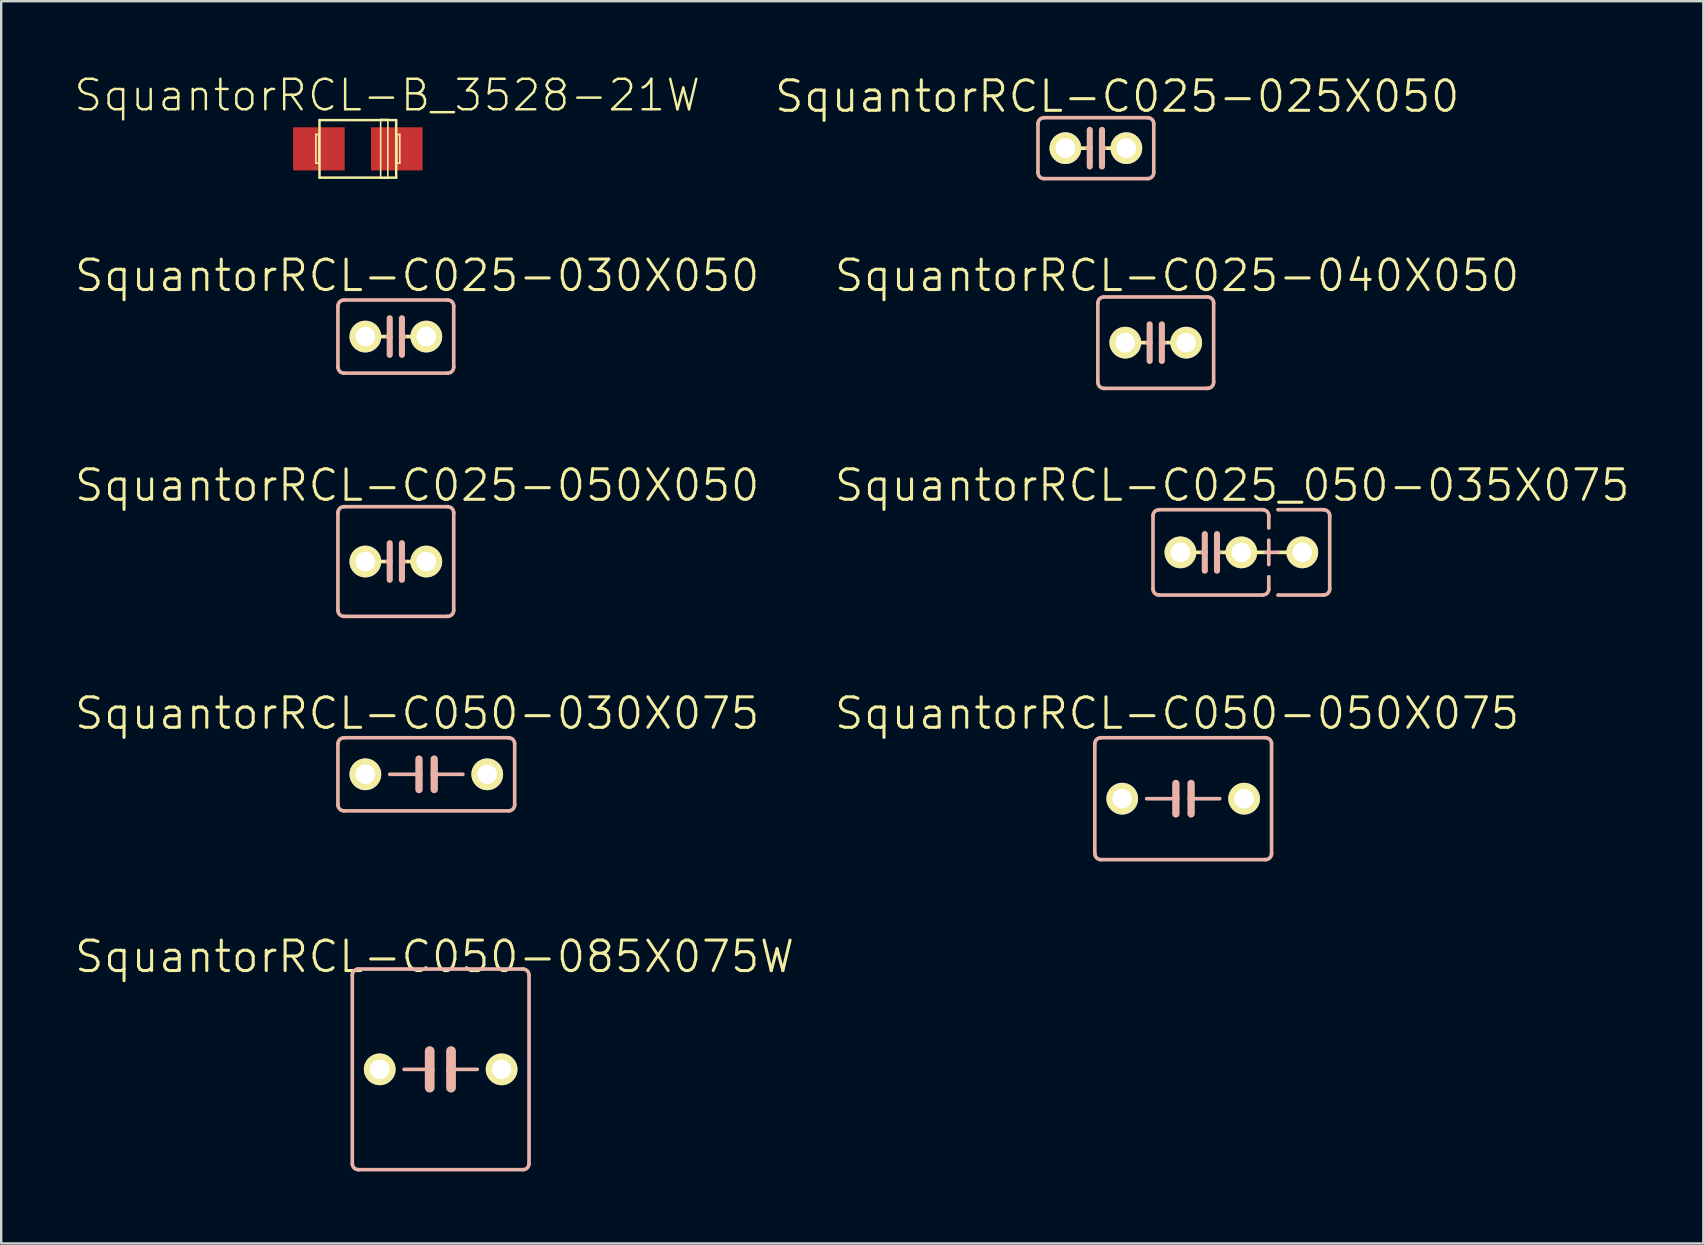
<source format=kicad_pcb>
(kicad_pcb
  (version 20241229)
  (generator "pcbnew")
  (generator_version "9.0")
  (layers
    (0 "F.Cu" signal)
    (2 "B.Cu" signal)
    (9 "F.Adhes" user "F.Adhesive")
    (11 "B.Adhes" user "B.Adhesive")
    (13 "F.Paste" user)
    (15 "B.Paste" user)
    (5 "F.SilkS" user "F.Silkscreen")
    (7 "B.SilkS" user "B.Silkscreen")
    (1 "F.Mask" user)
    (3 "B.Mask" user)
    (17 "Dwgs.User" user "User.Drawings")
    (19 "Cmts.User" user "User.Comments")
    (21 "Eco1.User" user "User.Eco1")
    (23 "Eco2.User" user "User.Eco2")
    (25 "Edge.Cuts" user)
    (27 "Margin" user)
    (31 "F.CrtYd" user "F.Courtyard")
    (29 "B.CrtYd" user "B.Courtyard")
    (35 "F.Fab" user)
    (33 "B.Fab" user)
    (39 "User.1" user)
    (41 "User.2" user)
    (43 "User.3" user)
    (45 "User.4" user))
  (footprint "SquantorRCL-C050-050X075"
    (layer "F.Cu")
    (at 46.262 30.237)
    (property "Reference" "SquantorRCL-C050-050X075" (at -0.254 -3.556 0) (layer "F.SilkS") (effects (font (size 1.27 1.27) (thickness 0.127))))
    (attr exclude_from_pos_files exclude_from_bom)
    (fp_line (start -3.683 -2.286) (end -3.683 2.286) (stroke (width 0.152) (type solid)) (layer "B.SilkS"))
    (fp_line (start -3.429 2.54) (end 3.429 2.54) (stroke (width 0.152) (type solid)) (layer "B.SilkS"))
    (fp_line (start -0.305 -0.635) (end -0.305 0) (stroke (width 0.305) (type solid)) (layer "B.SilkS"))
    (fp_line (start -0.305 0) (end -1.524 0) (stroke (width 0.152) (type solid)) (layer "B.SilkS"))
    (fp_line (start -0.305 0) (end -0.305 0.635) (stroke (width 0.305) (type solid)) (layer "B.SilkS"))
    (fp_line (start 0.33 -0.635) (end 0.33 0) (stroke (width 0.305) (type solid)) (layer "B.SilkS"))
    (fp_line (start 0.33 0) (end 0.33 0.635) (stroke (width 0.305) (type solid)) (layer "B.SilkS"))
    (fp_line (start 0.33 0) (end 1.524 0) (stroke (width 0.152) (type solid)) (layer "B.SilkS"))
    (fp_line (start 3.429 -2.54) (end -3.429 -2.54) (stroke (width 0.152) (type solid)) (layer "B.SilkS"))
    (fp_line (start 3.683 2.286) (end 3.683 -2.286) (stroke (width 0.152) (type solid)) (layer "B.SilkS"))
    (fp_arc (start -3.683 -2.286) (mid -3.608605 -2.465605) (end -3.429 -2.54) (stroke (width 0.1524) (type solid)) (layer "B.SilkS"))
    (fp_arc (start -3.429 2.54) (mid -3.608605 2.465605) (end -3.683 2.286) (stroke (width 0.1524) (type solid)) (layer "B.SilkS"))
    (fp_arc (start 3.429 -2.54) (mid 3.608605 -2.465605) (end 3.683 -2.286) (stroke (width 0.1524) (type solid)) (layer "B.SilkS"))
    (fp_arc (start 3.683 2.286) (mid 3.608605 2.465605) (end 3.429 2.54) (stroke (width 0.1524) (type solid)) (layer "B.SilkS"))
    (pad "1" thru_hole circle (at -2.54 0) (size 1.321 1.321) (drill 0.813) (layers "*.Cu" "F.Mask" "F.SilkS" "F.Paste"))
    (pad "2" thru_hole circle (at 2.54 0) (size 1.321 1.321) (drill 0.813) (layers "*.Cu" "F.Mask" "F.SilkS" "F.Paste")))
  (footprint "SquantorRCL-C025_050-035X075"
    (layer "F.Cu")
    (at 47.417 19.972)
    (property "Reference" "SquantorRCL-C025_050-035X075" (at 0.889 -2.794 0) (layer "F.SilkS") (effects (font (size 1.27 1.27) (thickness 0.127))))
    (attr exclude_from_pos_files exclude_from_bom)
    (fp_line (start -0.381 0) (end -0.762 0) (stroke (width 0.152) (type solid)) (layer "F.SilkS"))
    (fp_line (start 0.381 0) (end 0.762 0) (stroke (width 0.152) (type solid)) (layer "F.SilkS"))
    (fp_line (start 2.286 0) (end 1.778 0) (stroke (width 0.152) (type solid)) (layer "F.SilkS"))
    (fp_line (start 2.794 0) (end 3.302 0) (stroke (width 0.152) (type solid)) (layer "F.SilkS"))
    (fp_line (start -2.413 -1.524) (end -2.413 1.524) (stroke (width 0.152) (type solid)) (layer "B.SilkS"))
    (fp_line (start -2.159 -1.778) (end 2.159 -1.778) (stroke (width 0.152) (type solid)) (layer "B.SilkS"))
    (fp_line (start -0.254 -0.762) (end -0.254 0) (stroke (width 0.254) (type solid)) (layer "B.SilkS"))
    (fp_line (start -0.254 0) (end -0.381 0) (stroke (width 0.152) (type solid)) (layer "B.SilkS"))
    (fp_line (start -0.254 0) (end -0.254 0.762) (stroke (width 0.254) (type solid)) (layer "B.SilkS"))
    (fp_line (start 0.254 0) (end 0.254 -0.762) (stroke (width 0.254) (type solid)) (layer "B.SilkS"))
    (fp_line (start 0.254 0) (end 0.254 0.762) (stroke (width 0.254) (type solid)) (layer "B.SilkS"))
    (fp_line (start 0.381 0) (end 0.254 0) (stroke (width 0.152) (type solid)) (layer "B.SilkS"))
    (fp_line (start 2.159 1.778) (end -2.159 1.778) (stroke (width 0.152) (type solid)) (layer "B.SilkS"))
    (fp_line (start 2.286 0) (end 2.794 0) (stroke (width 0.152) (type solid)) (layer "B.SilkS"))
    (fp_line (start 2.413 -1.524) (end 2.413 -1.016) (stroke (width 0.152) (type solid)) (layer "B.SilkS"))
    (fp_line (start 2.413 -0.508) (end 2.413 0.508) (stroke (width 0.152) (type solid)) (layer "B.SilkS"))
    (fp_line (start 2.413 1.016) (end 2.413 1.524) (stroke (width 0.152) (type solid)) (layer "B.SilkS"))
    (fp_line (start 2.794 -1.778) (end 4.699 -1.778) (stroke (width 0.152) (type solid)) (layer "B.SilkS"))
    (fp_line (start 4.699 1.778) (end 2.794 1.778) (stroke (width 0.152) (type solid)) (layer "B.SilkS"))
    (fp_line (start 4.953 -1.524) (end 4.953 1.524) (stroke (width 0.152) (type solid)) (layer "B.SilkS"))
    (fp_arc (start -2.413 -1.524) (mid -2.338605 -1.703605) (end -2.159 -1.778) (stroke (width 0.1524) (type solid)) (layer "B.SilkS"))
    (fp_arc (start -2.159 1.778) (mid -2.338605 1.703605) (end -2.413 1.524) (stroke (width 0.1524) (type solid)) (layer "B.SilkS"))
    (fp_arc (start 2.159 -1.778) (mid 2.338605 -1.703605) (end 2.413 -1.524) (stroke (width 0.1524) (type solid)) (layer "B.SilkS"))
    (fp_arc (start 2.413 1.524) (mid 2.338605 1.703605) (end 2.159 1.778) (stroke (width 0.1524) (type solid)) (layer "B.SilkS"))
    (fp_arc (start 4.699 -1.778) (mid 4.878605 -1.703605) (end 4.953 -1.524) (stroke (width 0.1524) (type solid)) (layer "B.SilkS"))
    (fp_arc (start 4.953 1.524) (mid 4.878605 1.703605) (end 4.699 1.778) (stroke (width 0.1524) (type solid)) (layer "B.SilkS"))
    (pad "1" thru_hole circle (at -1.27 0) (size 1.321 1.321) (drill 0.813) (layers "*.Cu" "F.Mask" "F.SilkS" "F.Paste"))
    (pad "2" thru_hole circle (at 1.27 0) (size 1.321 1.321) (drill 0.813) (layers "*.Cu" "F.Mask" "F.SilkS" "F.Paste"))
    (pad "3" thru_hole circle (at 3.81 0) (size 1.321 1.321) (drill 0.813) (layers "*.Cu" "F.Mask" "F.SilkS" "F.Paste")))
  (footprint "SquantorRCL-C025-040X050"
    (layer "F.Cu")
    (at 45.119 11.231)
    (property "Reference" "SquantorRCL-C025-040X050" (at 0.889 -2.794 0) (layer "F.SilkS") (effects (font (size 1.27 1.27) (thickness 0.127))))
    (attr exclude_from_pos_files exclude_from_bom)
    (fp_line (start -0.381 0) (end -0.762 0) (stroke (width 0.152) (type solid)) (layer "F.SilkS"))
    (fp_line (start 0.762 0) (end 0.381 0) (stroke (width 0.152) (type solid)) (layer "F.SilkS"))
    (fp_line (start -2.413 -1.651) (end -2.413 1.651) (stroke (width 0.152) (type solid)) (layer "B.SilkS"))
    (fp_line (start -2.159 -1.905) (end 2.159 -1.905) (stroke (width 0.152) (type solid)) (layer "B.SilkS"))
    (fp_line (start -0.254 -0.762) (end -0.254 0) (stroke (width 0.254) (type solid)) (layer "B.SilkS"))
    (fp_line (start -0.254 0) (end -0.381 0) (stroke (width 0.152) (type solid)) (layer "B.SilkS"))
    (fp_line (start -0.254 0) (end -0.254 0.762) (stroke (width 0.254) (type solid)) (layer "B.SilkS"))
    (fp_line (start 0.254 0) (end 0.254 -0.762) (stroke (width 0.254) (type solid)) (layer "B.SilkS"))
    (fp_line (start 0.254 0) (end 0.254 0.762) (stroke (width 0.254) (type solid)) (layer "B.SilkS"))
    (fp_line (start 0.381 0) (end 0.254 0) (stroke (width 0.152) (type solid)) (layer "B.SilkS"))
    (fp_line (start 2.159 1.905) (end -2.159 1.905) (stroke (width 0.152) (type solid)) (layer "B.SilkS"))
    (fp_line (start 2.413 -1.651) (end 2.413 1.651) (stroke (width 0.152) (type solid)) (layer "B.SilkS"))
    (fp_arc (start -2.413 -1.651) (mid -2.338605 -1.830605) (end -2.159 -1.905) (stroke (width 0.1524) (type solid)) (layer "B.SilkS"))
    (fp_arc (start -2.159 1.905) (mid -2.338605 1.830605) (end -2.413 1.651) (stroke (width 0.1524) (type solid)) (layer "B.SilkS"))
    (fp_arc (start 2.159 -1.905) (mid 2.338605 -1.830605) (end 2.413 -1.651) (stroke (width 0.1524) (type solid)) (layer "B.SilkS"))
    (fp_arc (start 2.413 1.651) (mid 2.338605 1.830605) (end 2.159 1.905) (stroke (width 0.1524) (type solid)) (layer "B.SilkS"))
    (pad "1" thru_hole circle (at -1.27 0) (size 1.321 1.321) (drill 0.813) (layers "*.Cu" "F.Mask" "F.SilkS" "F.Paste"))
    (pad "2" thru_hole circle (at 1.27 0) (size 1.321 1.321) (drill 0.813) (layers "*.Cu" "F.Mask" "F.SilkS" "F.Paste")))
  (footprint "SquantorRCL-C025-030X050"
    (layer "F.Cu")
    (at 13.447 10.977)
    (property "Reference" "SquantorRCL-C025-030X050" (at 0.889 -2.54 0) (layer "F.SilkS") (effects (font (size 1.27 1.27) (thickness 0.127))))
    (attr exclude_from_pos_files exclude_from_bom)
    (fp_line (start -0.381 0) (end -0.762 0) (stroke (width 0.152) (type solid)) (layer "F.SilkS"))
    (fp_line (start 0.762 0) (end 0.381 0) (stroke (width 0.152) (type solid)) (layer "F.SilkS"))
    (fp_line (start -2.413 -1.27) (end -2.413 1.27) (stroke (width 0.152) (type solid)) (layer "B.SilkS"))
    (fp_line (start -2.159 -1.524) (end 2.159 -1.524) (stroke (width 0.152) (type solid)) (layer "B.SilkS"))
    (fp_line (start -0.254 -0.762) (end -0.254 0) (stroke (width 0.254) (type solid)) (layer "B.SilkS"))
    (fp_line (start -0.254 0) (end -0.381 0) (stroke (width 0.152) (type solid)) (layer "B.SilkS"))
    (fp_line (start -0.254 0) (end -0.254 0.762) (stroke (width 0.254) (type solid)) (layer "B.SilkS"))
    (fp_line (start 0.254 0) (end 0.254 -0.762) (stroke (width 0.254) (type solid)) (layer "B.SilkS"))
    (fp_line (start 0.254 0) (end 0.254 0.762) (stroke (width 0.254) (type solid)) (layer "B.SilkS"))
    (fp_line (start 0.381 0) (end 0.254 0) (stroke (width 0.152) (type solid)) (layer "B.SilkS"))
    (fp_line (start 2.159 1.524) (end -2.159 1.524) (stroke (width 0.152) (type solid)) (layer "B.SilkS"))
    (fp_line (start 2.413 -1.27) (end 2.413 1.27) (stroke (width 0.152) (type solid)) (layer "B.SilkS"))
    (fp_arc (start -2.413 -1.27) (mid -2.338605 -1.449605) (end -2.159 -1.524) (stroke (width 0.1524) (type solid)) (layer "B.SilkS"))
    (fp_arc (start -2.159 1.524) (mid -2.338605 1.449605) (end -2.413 1.27) (stroke (width 0.1524) (type solid)) (layer "B.SilkS"))
    (fp_arc (start 2.159 -1.524) (mid 2.338605 -1.449605) (end 2.413 -1.27) (stroke (width 0.1524) (type solid)) (layer "B.SilkS"))
    (fp_arc (start 2.413 1.27) (mid 2.338605 1.449605) (end 2.159 1.524) (stroke (width 0.1524) (type solid)) (layer "B.SilkS"))
    (pad "1" thru_hole circle (at -1.27 0) (size 1.321 1.321) (drill 0.813) (layers "*.Cu" "F.Mask" "F.SilkS" "F.Paste"))
    (pad "2" thru_hole circle (at 1.27 0) (size 1.321 1.321) (drill 0.813) (layers "*.Cu" "F.Mask" "F.SilkS" "F.Paste")))
  (footprint "SquantorRCL-B_3528-21W"
    (layer "F.Cu")
    (at 11.864 3.154)
    (property "Reference" "SquantorRCL-B_3528-21W" (at 1.224 -2.233 0) (layer "F.SilkS") (effects (font (size 1.27 1.27) (thickness 0.102))))
    (attr smd)
    (fp_line (start -1.748 -0.599) (end -1.623 -0.599) (stroke (width 0.066) (type solid)) (layer "F.SilkS"))
    (fp_line (start -1.748 0.599) (end -1.748 -0.599) (stroke (width 0.066) (type solid)) (layer "F.SilkS"))
    (fp_line (start -1.748 0.599) (end -1.623 0.599) (stroke (width 0.066) (type solid)) (layer "F.SilkS"))
    (fp_line (start -1.623 0.599) (end -1.623 -0.599) (stroke (width 0.066) (type solid)) (layer "F.SilkS"))
    (fp_line (start -1.598 -1.199) (end 1.598 -1.199) (stroke (width 0.102) (type solid)) (layer "F.SilkS"))
    (fp_line (start -1.598 1.199) (end -1.598 -1.199) (stroke (width 0.102) (type solid)) (layer "F.SilkS"))
    (fp_line (start 0.95 -1.224) (end 1.25 -1.224) (stroke (width 0.066) (type solid)) (layer "F.SilkS"))
    (fp_line (start 0.95 1.224) (end 0.95 -1.224) (stroke (width 0.066) (type solid)) (layer "F.SilkS"))
    (fp_line (start 0.95 1.224) (end 1.25 1.224) (stroke (width 0.066) (type solid)) (layer "F.SilkS"))
    (fp_line (start 1.25 1.224) (end 1.25 -1.224) (stroke (width 0.066) (type solid)) (layer "F.SilkS"))
    (fp_line (start 1.598 -1.199) (end 1.598 1.199) (stroke (width 0.102) (type solid)) (layer "F.SilkS"))
    (fp_line (start 1.598 1.199) (end -1.598 1.199) (stroke (width 0.102) (type solid)) (layer "F.SilkS"))
    (fp_line (start 1.623 -0.599) (end 1.748 -0.599) (stroke (width 0.066) (type solid)) (layer "F.SilkS"))
    (fp_line (start 1.623 0.599) (end 1.623 -0.599) (stroke (width 0.066) (type solid)) (layer "F.SilkS"))
    (fp_line (start 1.623 0.599) (end 1.748 0.599) (stroke (width 0.066) (type solid)) (layer "F.SilkS"))
    (fp_line (start 1.748 0.599) (end 1.748 -0.599) (stroke (width 0.066) (type solid)) (layer "F.SilkS"))
    (pad "+" smd rect (at 1.623 0) (size 2.149 1.798) (layers "F.Cu" "F.Mask" "F.Paste"))
    (pad "-" smd rect (at -1.623 0) (size 2.149 1.798) (layers "F.Cu" "F.Mask" "F.Paste")))
  (footprint "SquantorRCL-C050-085X075W"
    (layer "F.Cu")
    (at 15.316 41.518)
    (property "Reference" "SquantorRCL-C050-085X075W" (at -0.254 -4.699 0) (layer "F.SilkS") (effects (font (size 1.27 1.27) (thickness 0.127))))
    (attr exclude_from_pos_files exclude_from_bom)
    (fp_line (start -3.683 -3.927) (end -3.683 3.927) (stroke (width 0.152) (type solid)) (layer "B.SilkS"))
    (fp_line (start -3.429 4.181) (end 3.429 4.181) (stroke (width 0.152) (type solid)) (layer "B.SilkS"))
    (fp_line (start -1.524 0) (end -0.457 0) (stroke (width 0.152) (type solid)) (layer "B.SilkS"))
    (fp_line (start -0.457 0) (end -0.457 -0.762) (stroke (width 0.406) (type solid)) (layer "B.SilkS"))
    (fp_line (start -0.457 0) (end -0.457 0.762) (stroke (width 0.406) (type solid)) (layer "B.SilkS"))
    (fp_line (start 0.432 -0.762) (end 0.432 0) (stroke (width 0.406) (type solid)) (layer "B.SilkS"))
    (fp_line (start 0.432 0) (end 0.432 0.762) (stroke (width 0.406) (type solid)) (layer "B.SilkS"))
    (fp_line (start 0.432 0) (end 1.524 0) (stroke (width 0.152) (type solid)) (layer "B.SilkS"))
    (fp_line (start 3.429 -4.181) (end -3.429 -4.181) (stroke (width 0.152) (type solid)) (layer "B.SilkS"))
    (fp_line (start 3.683 3.927) (end 3.683 -3.927) (stroke (width 0.152) (type solid)) (layer "B.SilkS"))
    (fp_arc (start -3.683 -3.92684) (mid -3.608605 -4.106445) (end -3.429 -4.18084) (stroke (width 0.1524) (type solid)) (layer "B.SilkS"))
    (fp_arc (start -3.429 4.18084) (mid -3.608605 4.106445) (end -3.683 3.92684) (stroke (width 0.1524) (type solid)) (layer "B.SilkS"))
    (fp_arc (start 3.429 -4.18084) (mid 3.608605 -4.106445) (end 3.683 -3.92684) (stroke (width 0.1524) (type solid)) (layer "B.SilkS"))
    (fp_arc (start 3.683 3.92684) (mid 3.608605 4.106445) (end 3.429 4.18084) (stroke (width 0.1524) (type solid)) (layer "B.SilkS"))
    (pad "1" thru_hole circle (at -2.54 0) (size 1.321 1.321) (drill 0.813) (layers "*.Cu" "F.Mask" "F.SilkS" "F.Paste"))
    (pad "2" thru_hole circle (at 2.54 0) (size 1.321 1.321) (drill 0.813) (layers "*.Cu" "F.Mask" "F.SilkS" "F.Paste")))
  (footprint "SquantorRCL-C025-025X050"
    (layer "F.Cu")
    (at 42.623 3.125)
    (property "Reference" "SquantorRCL-C025-025X050" (at 0.889 -2.159 0) (layer "F.SilkS") (effects (font (size 1.27 1.27) (thickness 0.127))))
    (attr exclude_from_pos_files exclude_from_bom)
    (fp_line (start -0.381 0) (end -0.762 0) (stroke (width 0.152) (type solid)) (layer "F.SilkS"))
    (fp_line (start 0.762 0) (end 0.381 0) (stroke (width 0.152) (type solid)) (layer "F.SilkS"))
    (fp_line (start -2.413 -1.016) (end -2.413 1.016) (stroke (width 0.152) (type solid)) (layer "B.SilkS"))
    (fp_line (start -2.159 -1.27) (end 2.159 -1.27) (stroke (width 0.152) (type solid)) (layer "B.SilkS"))
    (fp_line (start -0.254 -0.762) (end -0.254 0) (stroke (width 0.254) (type solid)) (layer "B.SilkS"))
    (fp_line (start -0.254 0) (end -0.381 0) (stroke (width 0.152) (type solid)) (layer "B.SilkS"))
    (fp_line (start -0.254 0) (end -0.254 0.762) (stroke (width 0.254) (type solid)) (layer "B.SilkS"))
    (fp_line (start 0.254 0) (end 0.254 -0.762) (stroke (width 0.254) (type solid)) (layer "B.SilkS"))
    (fp_line (start 0.254 0) (end 0.254 0.762) (stroke (width 0.254) (type solid)) (layer "B.SilkS"))
    (fp_line (start 0.381 0) (end 0.254 0) (stroke (width 0.152) (type solid)) (layer "B.SilkS"))
    (fp_line (start 2.159 1.27) (end -2.159 1.27) (stroke (width 0.152) (type solid)) (layer "B.SilkS"))
    (fp_line (start 2.413 -1.016) (end 2.413 1.016) (stroke (width 0.152) (type solid)) (layer "B.SilkS"))
    (fp_arc (start -2.413 -1.016) (mid -2.338605 -1.195605) (end -2.159 -1.27) (stroke (width 0.1524) (type solid)) (layer "B.SilkS"))
    (fp_arc (start -2.159 1.27) (mid -2.338605 1.195605) (end -2.413 1.016) (stroke (width 0.1524) (type solid)) (layer "B.SilkS"))
    (fp_arc (start 2.159 -1.27) (mid 2.338605 -1.195605) (end 2.413 -1.016) (stroke (width 0.1524) (type solid)) (layer "B.SilkS"))
    (fp_arc (start 2.413 1.016) (mid 2.338605 1.195605) (end 2.159 1.27) (stroke (width 0.1524) (type solid)) (layer "B.SilkS"))
    (pad "1" thru_hole circle (at -1.27 0) (size 1.321 1.321) (drill 0.813) (layers "*.Cu" "F.Mask" "F.SilkS" "F.Paste"))
    (pad "2" thru_hole circle (at 1.27 0) (size 1.321 1.321) (drill 0.813) (layers "*.Cu" "F.Mask" "F.SilkS" "F.Paste")))
  (footprint "SquantorRCL-C050-030X075"
    (layer "F.Cu")
    (at 14.717 29.221)
    (property "Reference" "SquantorRCL-C050-030X075" (at -0.381 -2.54 0) (layer "F.SilkS") (effects (font (size 1.27 1.27) (thickness 0.127))))
    (attr exclude_from_pos_files exclude_from_bom)
    (fp_line (start -3.683 -1.27) (end -3.683 1.27) (stroke (width 0.152) (type solid)) (layer "B.SilkS"))
    (fp_line (start -3.429 1.524) (end 3.429 1.524) (stroke (width 0.152) (type solid)) (layer "B.SilkS"))
    (fp_line (start -0.305 -0.635) (end -0.305 0) (stroke (width 0.305) (type solid)) (layer "B.SilkS"))
    (fp_line (start -0.305 0) (end -1.524 0) (stroke (width 0.152) (type solid)) (layer "B.SilkS"))
    (fp_line (start -0.305 0) (end -0.305 0.635) (stroke (width 0.305) (type solid)) (layer "B.SilkS"))
    (fp_line (start 0.33 -0.635) (end 0.33 0) (stroke (width 0.305) (type solid)) (layer "B.SilkS"))
    (fp_line (start 0.33 0) (end 0.33 0.635) (stroke (width 0.305) (type solid)) (layer "B.SilkS"))
    (fp_line (start 0.33 0) (end 1.524 0) (stroke (width 0.152) (type solid)) (layer "B.SilkS"))
    (fp_line (start 3.429 -1.524) (end -3.429 -1.524) (stroke (width 0.152) (type solid)) (layer "B.SilkS"))
    (fp_line (start 3.683 1.27) (end 3.683 -1.27) (stroke (width 0.152) (type solid)) (layer "B.SilkS"))
    (fp_arc (start -3.683 -1.27) (mid -3.608605 -1.449605) (end -3.429 -1.524) (stroke (width 0.1524) (type solid)) (layer "B.SilkS"))
    (fp_arc (start -3.429 1.524) (mid -3.608605 1.449605) (end -3.683 1.27) (stroke (width 0.1524) (type solid)) (layer "B.SilkS"))
    (fp_arc (start 3.429 -1.524) (mid 3.608605 -1.449605) (end 3.683 -1.27) (stroke (width 0.1524) (type solid)) (layer "B.SilkS"))
    (fp_arc (start 3.683 1.27) (mid 3.608605 1.449605) (end 3.429 1.524) (stroke (width 0.1524) (type solid)) (layer "B.SilkS"))
    (pad "1" thru_hole circle (at -2.54 0) (size 1.321 1.321) (drill 0.813) (layers "*.Cu" "F.Mask" "F.SilkS" "F.Paste"))
    (pad "2" thru_hole circle (at 2.54 0) (size 1.321 1.321) (drill 0.813) (layers "*.Cu" "F.Mask" "F.SilkS" "F.Paste")))
  (footprint "SquantorRCL-C025-050X050"
    (layer "F.Cu")
    (at 13.447 20.353)
    (property "Reference" "SquantorRCL-C025-050X050" (at 0.889 -3.175 0) (layer "F.SilkS") (effects (font (size 1.27 1.27) (thickness 0.127))))
    (attr exclude_from_pos_files exclude_from_bom)
    (fp_line (start -0.381 0) (end -0.762 0) (stroke (width 0.152) (type solid)) (layer "F.SilkS"))
    (fp_line (start 0.762 0) (end 0.381 0) (stroke (width 0.152) (type solid)) (layer "F.SilkS"))
    (fp_line (start -2.413 -2.032) (end -2.413 2.032) (stroke (width 0.152) (type solid)) (layer "B.SilkS"))
    (fp_line (start -2.159 -2.286) (end 2.159 -2.286) (stroke (width 0.152) (type solid)) (layer "B.SilkS"))
    (fp_line (start -0.254 -0.762) (end -0.254 0) (stroke (width 0.254) (type solid)) (layer "B.SilkS"))
    (fp_line (start -0.254 0) (end -0.381 0) (stroke (width 0.152) (type solid)) (layer "B.SilkS"))
    (fp_line (start -0.254 0) (end -0.254 0.762) (stroke (width 0.254) (type solid)) (layer "B.SilkS"))
    (fp_line (start 0.254 0) (end 0.254 -0.762) (stroke (width 0.254) (type solid)) (layer "B.SilkS"))
    (fp_line (start 0.254 0) (end 0.254 0.762) (stroke (width 0.254) (type solid)) (layer "B.SilkS"))
    (fp_line (start 0.381 0) (end 0.254 0) (stroke (width 0.152) (type solid)) (layer "B.SilkS"))
    (fp_line (start 2.159 2.286) (end -2.159 2.286) (stroke (width 0.152) (type solid)) (layer "B.SilkS"))
    (fp_line (start 2.413 -2.032) (end 2.413 2.032) (stroke (width 0.152) (type solid)) (layer "B.SilkS"))
    (fp_arc (start -2.413 -2.032) (mid -2.338605 -2.211605) (end -2.159 -2.286) (stroke (width 0.1524) (type solid)) (layer "B.SilkS"))
    (fp_arc (start -2.159 2.286) (mid -2.338605 2.211605) (end -2.413 2.032) (stroke (width 0.1524) (type solid)) (layer "B.SilkS"))
    (fp_arc (start 2.159 -2.286) (mid 2.338605 -2.211605) (end 2.413 -2.032) (stroke (width 0.1524) (type solid)) (layer "B.SilkS"))
    (fp_arc (start 2.413 2.032) (mid 2.338605 2.211605) (end 2.159 2.286) (stroke (width 0.1524) (type solid)) (layer "B.SilkS"))
    (pad "1" thru_hole circle (at -1.27 0) (size 1.321 1.321) (drill 0.813) (layers "*.Cu" "F.Mask" "F.SilkS" "F.Paste"))
    (pad "2" thru_hole circle (at 1.27 0) (size 1.321 1.321) (drill 0.813) (layers "*.Cu" "F.Mask" "F.SilkS" "F.Paste")))
  (gr_rect
    (start -3 -3)
    (end 67.94 48.775)
    (stroke (width 0.1) (type default))
    (fill no)
    (layer "Edge.Cuts")))
</source>
